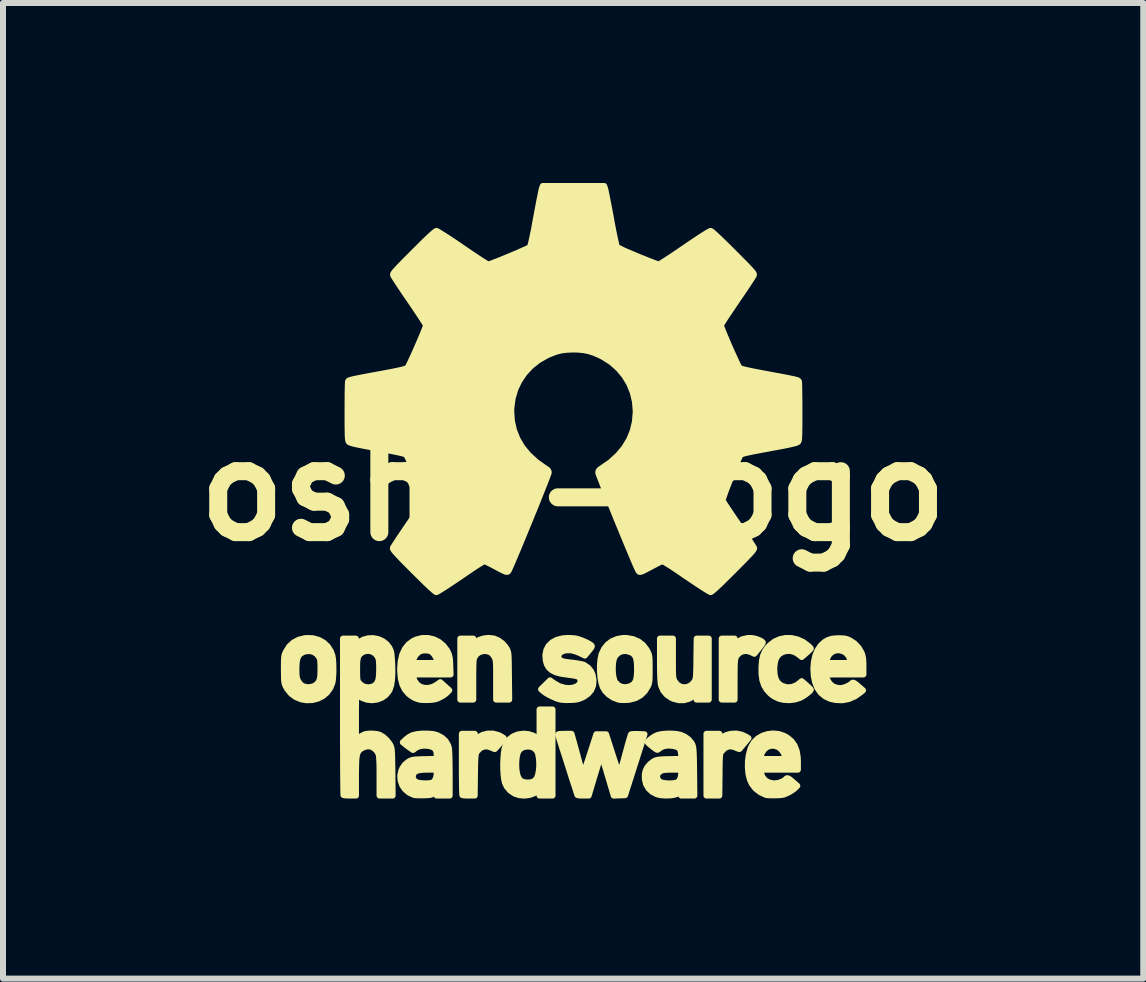
<source format=kicad_pcb>
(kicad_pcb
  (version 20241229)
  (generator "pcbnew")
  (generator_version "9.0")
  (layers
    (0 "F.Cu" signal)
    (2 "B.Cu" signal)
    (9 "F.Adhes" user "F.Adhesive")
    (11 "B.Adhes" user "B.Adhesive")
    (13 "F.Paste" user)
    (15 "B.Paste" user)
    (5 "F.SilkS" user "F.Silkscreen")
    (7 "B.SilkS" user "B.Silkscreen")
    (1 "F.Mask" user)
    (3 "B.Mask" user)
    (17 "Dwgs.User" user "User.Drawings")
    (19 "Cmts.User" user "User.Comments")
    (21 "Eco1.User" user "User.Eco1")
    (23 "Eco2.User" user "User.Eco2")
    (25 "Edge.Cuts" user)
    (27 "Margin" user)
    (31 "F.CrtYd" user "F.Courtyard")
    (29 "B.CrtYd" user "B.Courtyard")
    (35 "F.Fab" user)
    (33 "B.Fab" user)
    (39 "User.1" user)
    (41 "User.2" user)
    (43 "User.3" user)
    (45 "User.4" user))
  (footprint "oshw-logo"
    (layer "F.Cu")
    (at 6.502 5.13)
    (property "Reference" "oshw-logo" (at 0 0 0) (layer "F.SilkS") (effects (font (size 1.524 1.524) (thickness 0.3))))
    (attr through_hole)
    (fp_poly (pts (xy 3.162 2.53) (xy 3.155 2.545) (xy 3.134 2.575) (xy 3.105 2.613) (xy 3.091 2.63) (xy 3.02 2.717) (xy 2.968 2.691) (xy 2.903 2.67) (xy 2.839 2.673) (xy 2.781 2.696) (xy 2.733 2.74) (xy 2.715 2.77) (xy 2.708 2.785) (xy 2.703 2.806) (xy 2.699 2.833) (xy 2.696 2.871) (xy 2.694 2.922) (xy 2.693 2.991) (xy 2.692 3.08) (xy 2.692 3.146) (xy 2.692 3.48) (xy 2.584 3.48) (xy 2.477 3.48) (xy 2.477 2.972) (xy 2.477 2.464) (xy 2.584 2.464) (xy 2.692 2.464) (xy 2.692 2.508) (xy 2.692 2.553) (xy 2.743 2.517) (xy 2.822 2.474) (xy 2.911 2.454) (xy 2.975 2.454) (xy 3.019 2.461) (xy 3.066 2.474) (xy 3.11 2.492) (xy 3.144 2.51) (xy 3.161 2.526) (xy 3.162 2.53)) (stroke (width 0.1) (type solid)) (fill yes) (layer "F.SilkS"))
    (fp_poly (pts (xy 2.923 4.123) (xy 2.85 4.211) (xy 2.817 4.251) (xy 2.791 4.282) (xy 2.775 4.301) (xy 2.772 4.304) (xy 2.76 4.302) (xy 2.732 4.291) (xy 2.71 4.281) (xy 2.645 4.26) (xy 2.583 4.263) (xy 2.525 4.292) (xy 2.473 4.346) (xy 2.471 4.348) (xy 2.463 4.36) (xy 2.457 4.374) (xy 2.452 4.393) (xy 2.449 4.42) (xy 2.446 4.459) (xy 2.444 4.512) (xy 2.443 4.583) (xy 2.441 4.675) (xy 2.441 4.732) (xy 2.437 5.08) (xy 2.33 5.08) (xy 2.223 5.08) (xy 2.223 4.566) (xy 2.223 4.051) (xy 2.33 4.051) (xy 2.438 4.051) (xy 2.438 4.104) (xy 2.438 4.158) (xy 2.473 4.125) (xy 2.514 4.092) (xy 2.556 4.07) (xy 2.611 4.055) (xy 2.632 4.051) (xy 2.72 4.046) (xy 2.808 4.064) (xy 2.875 4.094) (xy 2.923 4.123)) (stroke (width 0.1) (type solid)) (fill yes) (layer "F.SilkS"))
    (fp_poly (pts (xy -1.156 4.122) (xy -1.163 4.135) (xy -1.183 4.161) (xy -1.21 4.195) (xy -1.24 4.232) (xy -1.269 4.266) (xy -1.293 4.292) (xy -1.306 4.305) (xy -1.307 4.305) (xy -1.321 4.3) (xy -1.35 4.287) (xy -1.368 4.279) (xy -1.433 4.26) (xy -1.495 4.265) (xy -1.552 4.293) (xy -1.599 4.342) (xy -1.61 4.36) (xy -1.617 4.376) (xy -1.622 4.396) (xy -1.626 4.424) (xy -1.629 4.464) (xy -1.632 4.518) (xy -1.634 4.589) (xy -1.635 4.681) (xy -1.636 4.74) (xy -1.64 5.08) (xy -1.739 5.08) (xy -1.787 5.079) (xy -1.824 5.076) (xy -1.844 5.072) (xy -1.846 5.072) (xy -1.848 5.057) (xy -1.849 5.021) (xy -1.851 4.964) (xy -1.852 4.89) (xy -1.853 4.802) (xy -1.854 4.702) (xy -1.854 4.593) (xy -1.854 4.557) (xy -1.854 4.051) (xy -1.746 4.051) (xy -1.638 4.051) (xy -1.638 4.102) (xy -1.638 4.153) (xy -1.581 4.109) (xy -1.507 4.068) (xy -1.423 4.047) (xy -1.335 4.047) (xy -1.25 4.069) (xy -1.222 4.081) (xy -1.187 4.101) (xy -1.163 4.116) (xy -1.156 4.122)) (stroke (width 0.1) (type solid)) (fill yes) (layer "F.SilkS"))
    (fp_poly (pts (xy 2.261 3.48) (xy 2.159 3.48) (xy 2.057 3.48) (xy 2.057 3.428) (xy 2.057 3.376) (xy 2.007 3.42) (xy 1.934 3.466) (xy 1.852 3.49) (xy 1.765 3.491) (xy 1.677 3.469) (xy 1.636 3.451) (xy 1.559 3.398) (xy 1.503 3.331) (xy 1.467 3.249) (xy 1.462 3.225) (xy 1.458 3.193) (xy 1.454 3.139) (xy 1.451 3.067) (xy 1.449 2.98) (xy 1.448 2.881) (xy 1.448 2.812) (xy 1.448 2.464) (xy 1.556 2.464) (xy 1.664 2.464) (xy 1.664 2.792) (xy 1.664 2.892) (xy 1.664 2.97) (xy 1.665 3.03) (xy 1.667 3.074) (xy 1.67 3.106) (xy 1.674 3.13) (xy 1.68 3.149) (xy 1.688 3.166) (xy 1.693 3.175) (xy 1.733 3.228) (xy 1.785 3.262) (xy 1.843 3.276) (xy 1.903 3.27) (xy 1.96 3.245) (xy 2.008 3.199) (xy 2.025 3.175) (xy 2.033 3.16) (xy 2.039 3.143) (xy 2.044 3.12) (xy 2.048 3.089) (xy 2.05 3.046) (xy 2.052 2.988) (xy 2.054 2.912) (xy 2.055 2.814) (xy 2.055 2.797) (xy 2.06 2.464) (xy 2.16 2.464) (xy 2.261 2.464) (xy 2.261 2.972) (xy 2.261 3.48)) (stroke (width 0.1) (type solid)) (fill yes) (layer "F.SilkS"))
    (fp_poly (pts (xy -1.065 3.48) (xy -1.174 3.48) (xy -1.283 3.48) (xy -1.283 3.152) (xy -1.283 3.052) (xy -1.283 2.974) (xy -1.284 2.915) (xy -1.286 2.87) (xy -1.289 2.837) (xy -1.294 2.813) (xy -1.3 2.794) (xy -1.307 2.776) (xy -1.311 2.768) (xy -1.35 2.713) (xy -1.401 2.681) (xy -1.466 2.67) (xy -1.49 2.671) (xy -1.557 2.687) (xy -1.609 2.723) (xy -1.641 2.77) (xy -1.648 2.785) (xy -1.654 2.806) (xy -1.658 2.833) (xy -1.66 2.871) (xy -1.662 2.922) (xy -1.663 2.991) (xy -1.664 3.08) (xy -1.664 3.146) (xy -1.664 3.48) (xy -1.772 3.48) (xy -1.88 3.48) (xy -1.88 2.972) (xy -1.88 2.464) (xy -1.772 2.464) (xy -1.664 2.464) (xy -1.664 2.51) (xy -1.664 2.557) (xy -1.635 2.531) (xy -1.572 2.489) (xy -1.494 2.462) (xy -1.41 2.452) (xy -1.328 2.461) (xy -1.313 2.464) (xy -1.244 2.495) (xy -1.178 2.543) (xy -1.125 2.603) (xy -1.105 2.636) (xy -1.096 2.654) (xy -1.089 2.672) (xy -1.083 2.691) (xy -1.079 2.716) (xy -1.076 2.749) (xy -1.074 2.794) (xy -1.072 2.853) (xy -1.071 2.93) (xy -1.07 3.028) (xy -1.069 3.089) (xy -1.065 3.48)) (stroke (width 0.1) (type solid)) (fill yes) (layer "F.SilkS"))
    (fp_poly (pts (xy 3.962 3.316) (xy 3.952 3.332) (xy 3.926 3.357) (xy 3.888 3.386) (xy 3.846 3.416) (xy 3.803 3.442) (xy 3.785 3.451) (xy 3.702 3.478) (xy 3.607 3.49) (xy 3.51 3.485) (xy 3.433 3.467) (xy 3.347 3.426) (xy 3.29 3.383) (xy 3.228 3.316) (xy 3.183 3.241) (xy 3.154 3.154) (xy 3.14 3.051) (xy 3.14 2.933) (xy 3.148 2.833) (xy 3.165 2.752) (xy 3.193 2.685) (xy 3.233 2.624) (xy 3.275 2.578) (xy 3.356 2.514) (xy 3.446 2.473) (xy 3.543 2.453) (xy 3.643 2.455) (xy 3.742 2.478) (xy 3.838 2.522) (xy 3.926 2.588) (xy 3.927 2.589) (xy 3.95 2.612) (xy 3.962 2.628) (xy 3.962 2.63) (xy 3.953 2.642) (xy 3.93 2.666) (xy 3.896 2.697) (xy 3.886 2.705) (xy 3.81 2.771) (xy 3.769 2.736) (xy 3.697 2.69) (xy 3.622 2.669) (xy 3.544 2.672) (xy 3.485 2.691) (xy 3.429 2.727) (xy 3.39 2.779) (xy 3.365 2.848) (xy 3.354 2.937) (xy 3.353 2.972) (xy 3.359 3.067) (xy 3.379 3.143) (xy 3.414 3.2) (xy 3.464 3.242) (xy 3.485 3.252) (xy 3.562 3.275) (xy 3.64 3.272) (xy 3.715 3.245) (xy 3.769 3.208) (xy 3.81 3.173) (xy 3.886 3.239) (xy 3.922 3.272) (xy 3.949 3.298) (xy 3.962 3.314) (xy 3.962 3.316)) (stroke (width 0.1) (type solid)) (fill yes) (layer "F.SilkS"))
    (fp_poly (pts (xy -0.343 5.08) (xy -0.451 5.08) (xy -0.559 5.08) (xy -0.559 5.027) (xy -0.559 4.974) (xy -0.564 4.979) (xy -0.564 4.588) (xy -0.565 4.513) (xy -0.572 4.442) (xy -0.584 4.381) (xy -0.601 4.339) (xy -0.602 4.337) (xy -0.644 4.292) (xy -0.699 4.268) (xy -0.756 4.262) (xy -0.823 4.271) (xy -0.876 4.299) (xy -0.909 4.337) (xy -0.927 4.379) (xy -0.94 4.439) (xy -0.947 4.511) (xy -0.948 4.588) (xy -0.943 4.662) (xy -0.928 4.741) (xy -0.904 4.798) (xy -0.87 4.836) (xy -0.822 4.857) (xy -0.759 4.864) (xy -0.758 4.864) (xy -0.713 4.86) (xy -0.673 4.85) (xy -0.662 4.846) (xy -0.626 4.82) (xy -0.601 4.784) (xy -0.583 4.731) (xy -0.57 4.661) (xy -0.564 4.588) (xy -0.564 4.979) (xy -0.587 5.001) (xy -0.65 5.043) (xy -0.726 5.07) (xy -0.809 5.081) (xy -0.893 5.074) (xy -0.97 5.05) (xy -0.975 5.047) (xy -1.049 4.997) (xy -1.105 4.931) (xy -1.136 4.865) (xy -1.15 4.804) (xy -1.159 4.728) (xy -1.164 4.64) (xy -1.165 4.548) (xy -1.161 4.456) (xy -1.154 4.37) (xy -1.142 4.296) (xy -1.127 4.238) (xy -1.119 4.22) (xy -1.069 4.148) (xy -1.003 4.095) (xy -0.922 4.061) (xy -0.829 4.048) (xy -0.826 4.048) (xy -0.743 4.056) (xy -0.665 4.081) (xy -0.6 4.119) (xy -0.588 4.13) (xy -0.559 4.157) (xy -0.559 3.901) (xy -0.559 3.645) (xy -0.451 3.645) (xy -0.343 3.645) (xy -0.343 4.362) (xy -0.343 5.08)) (stroke (width 0.1) (type solid)) (fill yes) (layer "F.SilkS"))
    (fp_poly (pts (xy 3.747 4.648) (xy 3.531 4.648) (xy 3.531 4.47) (xy 3.531 4.441) (xy 3.52 4.39) (xy 3.491 4.338) (xy 3.45 4.293) (xy 3.416 4.27) (xy 3.351 4.249) (xy 3.287 4.251) (xy 3.228 4.274) (xy 3.18 4.316) (xy 3.144 4.374) (xy 3.13 4.423) (xy 3.121 4.47) (xy 3.326 4.47) (xy 3.531 4.47) (xy 3.531 4.648) (xy 3.434 4.648) (xy 3.121 4.648) (xy 3.13 4.696) (xy 3.155 4.768) (xy 3.198 4.823) (xy 3.257 4.859) (xy 3.331 4.876) (xy 3.355 4.877) (xy 3.415 4.87) (xy 3.473 4.852) (xy 3.521 4.828) (xy 3.542 4.809) (xy 3.556 4.795) (xy 3.57 4.79) (xy 3.589 4.795) (xy 3.616 4.813) (xy 3.656 4.846) (xy 3.69 4.876) (xy 3.737 4.917) (xy 3.7 4.955) (xy 3.67 4.98) (xy 3.626 5.009) (xy 3.582 5.033) (xy 3.54 5.052) (xy 3.505 5.065) (xy 3.467 5.071) (xy 3.418 5.075) (xy 3.372 5.076) (xy 3.314 5.076) (xy 3.263 5.075) (xy 3.226 5.071) (xy 3.213 5.069) (xy 3.12 5.025) (xy 3.039 4.962) (xy 2.98 4.885) (xy 2.946 4.811) (xy 2.923 4.72) (xy 2.913 4.619) (xy 2.914 4.513) (xy 2.927 4.408) (xy 2.953 4.31) (xy 2.969 4.267) (xy 3.016 4.19) (xy 3.079 4.128) (xy 3.156 4.083) (xy 3.242 4.055) (xy 3.334 4.045) (xy 3.426 4.054) (xy 3.516 4.084) (xy 3.571 4.115) (xy 3.64 4.173) (xy 3.692 4.246) (xy 3.726 4.334) (xy 3.744 4.44) (xy 3.747 4.515) (xy 3.747 4.648)) (stroke (width 0.1) (type solid)) (fill yes) (layer "F.SilkS"))
    (fp_poly (pts (xy 1.276 2.972) (xy 1.276 3.054) (xy 1.275 3.115) (xy 1.273 3.16) (xy 1.268 3.194) (xy 1.262 3.22) (xy 1.253 3.243) (xy 1.249 3.253) (xy 1.196 3.34) (xy 1.127 3.408) (xy 1.066 3.442) (xy 1.066 2.972) (xy 1.064 2.884) (xy 1.056 2.817) (xy 1.042 2.768) (xy 1.019 2.732) (xy 0.986 2.705) (xy 0.957 2.69) (xy 0.886 2.67) (xy 0.818 2.674) (xy 0.757 2.699) (xy 0.708 2.746) (xy 0.694 2.767) (xy 0.676 2.815) (xy 0.665 2.879) (xy 0.661 2.953) (xy 0.663 3.029) (xy 0.672 3.1) (xy 0.688 3.159) (xy 0.703 3.19) (xy 0.749 3.238) (xy 0.808 3.267) (xy 0.874 3.275) (xy 0.942 3.261) (xy 0.967 3.25) (xy 1.005 3.226) (xy 1.032 3.193) (xy 1.051 3.149) (xy 1.061 3.09) (xy 1.066 3.011) (xy 1.066 2.972) (xy 1.066 3.442) (xy 1.043 3.455) (xy 0.945 3.482) (xy 0.893 3.487) (xy 0.84 3.488) (xy 0.791 3.486) (xy 0.758 3.482) (xy 0.756 3.481) (xy 0.671 3.448) (xy 0.595 3.398) (xy 0.533 3.336) (xy 0.495 3.272) (xy 0.472 3.201) (xy 0.456 3.112) (xy 0.448 3.014) (xy 0.447 2.914) (xy 0.455 2.819) (xy 0.471 2.737) (xy 0.474 2.726) (xy 0.515 2.637) (xy 0.573 2.563) (xy 0.648 2.507) (xy 0.736 2.47) (xy 0.836 2.453) (xy 0.894 2.454) (xy 0.998 2.472) (xy 1.089 2.511) (xy 1.165 2.57) (xy 1.225 2.648) (xy 1.241 2.678) (xy 1.254 2.704) (xy 1.263 2.728) (xy 1.269 2.754) (xy 1.273 2.786) (xy 1.275 2.829) (xy 1.276 2.887) (xy 1.276 2.967) (xy 1.276 2.972)) (stroke (width 0.1) (type solid)) (fill yes) (layer "F.SilkS"))
    (fp_poly (pts (xy -2.042 3.061) (xy -2.261 3.061) (xy -2.261 2.847) (xy -2.269 2.814) (xy -2.289 2.771) (xy -2.316 2.728) (xy -2.345 2.694) (xy -2.354 2.687) (xy -2.398 2.667) (xy -2.454 2.66) (xy -2.511 2.663) (xy -2.56 2.679) (xy -2.573 2.687) (xy -2.627 2.739) (xy -2.657 2.8) (xy -2.663 2.823) (xy -2.67 2.87) (xy -2.465 2.87) (xy -2.389 2.87) (xy -2.334 2.869) (xy -2.297 2.867) (xy -2.275 2.864) (xy -2.264 2.858) (xy -2.261 2.851) (xy -2.261 2.847) (xy -2.261 3.061) (xy -2.354 3.061) (xy -2.667 3.061) (xy -2.667 3.09) (xy -2.661 3.118) (xy -2.647 3.157) (xy -2.638 3.175) (xy -2.597 3.231) (xy -2.542 3.268) (xy -2.476 3.286) (xy -2.405 3.285) (xy -2.331 3.265) (xy -2.259 3.224) (xy -2.254 3.22) (xy -2.214 3.19) (xy -2.139 3.257) (xy -2.064 3.325) (xy -2.102 3.365) (xy -2.134 3.392) (xy -2.178 3.422) (xy -2.219 3.444) (xy -2.265 3.465) (xy -2.307 3.477) (xy -2.356 3.484) (xy -2.409 3.487) (xy -2.467 3.488) (xy -2.521 3.486) (xy -2.561 3.481) (xy -2.569 3.479) (xy -2.641 3.454) (xy -2.707 3.413) (xy -2.745 3.382) (xy -2.803 3.313) (xy -2.846 3.228) (xy -2.872 3.126) (xy -2.882 3.004) (xy -2.883 2.976) (xy -2.874 2.844) (xy -2.848 2.731) (xy -2.804 2.637) (xy -2.744 2.561) (xy -2.666 2.503) (xy -2.609 2.477) (xy -2.513 2.454) (xy -2.416 2.454) (xy -2.323 2.476) (xy -2.237 2.518) (xy -2.163 2.579) (xy -2.103 2.657) (xy -2.085 2.692) (xy -2.07 2.728) (xy -2.06 2.764) (xy -2.053 2.806) (xy -2.049 2.862) (xy -2.047 2.911) (xy -2.042 3.061)) (stroke (width 0.1) (type solid)) (fill yes) (layer "F.SilkS"))
    (fp_poly (pts (xy -3.995 2.942) (xy -3.995 3.023) (xy -3.999 3.099) (xy -4.005 3.162) (xy -4.011 3.197) (xy -4.046 3.286) (xy -4.101 3.362) (xy -4.171 3.422) (xy -4.21 3.442) (xy -4.21 2.972) (xy -4.211 2.9) (xy -4.213 2.848) (xy -4.218 2.811) (xy -4.226 2.784) (xy -4.232 2.773) (xy -4.275 2.719) (xy -4.331 2.684) (xy -4.397 2.67) (xy -4.466 2.678) (xy -4.501 2.69) (xy -4.542 2.714) (xy -4.573 2.746) (xy -4.593 2.79) (xy -4.606 2.849) (xy -4.611 2.928) (xy -4.612 2.973) (xy -4.611 3.039) (xy -4.608 3.086) (xy -4.602 3.121) (xy -4.593 3.15) (xy -4.582 3.172) (xy -4.544 3.228) (xy -4.494 3.261) (xy -4.431 3.274) (xy -4.397 3.273) (xy -4.341 3.263) (xy -4.299 3.245) (xy -4.295 3.242) (xy -4.262 3.214) (xy -4.239 3.182) (xy -4.223 3.143) (xy -4.214 3.091) (xy -4.211 3.021) (xy -4.21 2.972) (xy -4.21 3.442) (xy -4.254 3.464) (xy -4.347 3.488) (xy -4.446 3.491) (xy -4.535 3.475) (xy -4.624 3.438) (xy -4.702 3.38) (xy -4.765 3.303) (xy -4.793 3.252) (xy -4.803 3.228) (xy -4.81 3.204) (xy -4.815 3.173) (xy -4.818 3.133) (xy -4.819 3.077) (xy -4.82 3.002) (xy -4.82 2.972) (xy -4.82 2.891) (xy -4.819 2.832) (xy -4.817 2.788) (xy -4.813 2.755) (xy -4.807 2.73) (xy -4.798 2.706) (xy -4.785 2.679) (xy -4.784 2.678) (xy -4.73 2.593) (xy -4.659 2.528) (xy -4.572 2.482) (xy -4.472 2.457) (xy -4.437 2.454) (xy -4.334 2.458) (xy -4.24 2.485) (xy -4.157 2.53) (xy -4.089 2.594) (xy -4.038 2.674) (xy -4.011 2.747) (xy -4.003 2.797) (xy -3.997 2.864) (xy -3.995 2.942)) (stroke (width 0.1) (type solid)) (fill yes) (layer "F.SilkS"))
    (fp_poly (pts (xy 4.839 3.061) (xy 4.626 3.061) (xy 4.626 2.87) (xy 4.618 2.823) (xy 4.597 2.76) (xy 4.559 2.712) (xy 4.51 2.678) (xy 4.452 2.66) (xy 4.393 2.658) (xy 4.336 2.675) (xy 4.285 2.711) (xy 4.261 2.742) (xy 4.24 2.782) (xy 4.225 2.822) (xy 4.223 2.829) (xy 4.214 2.87) (xy 4.42 2.87) (xy 4.626 2.87) (xy 4.626 3.061) (xy 4.528 3.061) (xy 4.428 3.061) (xy 4.351 3.061) (xy 4.294 3.063) (xy 4.255 3.066) (xy 4.23 3.072) (xy 4.219 3.082) (xy 4.217 3.096) (xy 4.223 3.115) (xy 4.233 3.14) (xy 4.236 3.147) (xy 4.276 3.213) (xy 4.33 3.259) (xy 4.399 3.284) (xy 4.458 3.289) (xy 4.498 3.283) (xy 4.547 3.267) (xy 4.596 3.245) (xy 4.634 3.221) (xy 4.646 3.209) (xy 4.657 3.199) (xy 4.671 3.198) (xy 4.69 3.207) (xy 4.72 3.229) (xy 4.763 3.266) (xy 4.782 3.282) (xy 4.832 3.326) (xy 4.794 3.359) (xy 4.697 3.427) (xy 4.593 3.472) (xy 4.485 3.492) (xy 4.373 3.487) (xy 4.289 3.468) (xy 4.201 3.427) (xy 4.128 3.367) (xy 4.072 3.287) (xy 4.033 3.189) (xy 4.012 3.088) (xy 4.004 2.969) (xy 4.013 2.855) (xy 4.036 2.749) (xy 4.074 2.657) (xy 4.125 2.582) (xy 4.135 2.571) (xy 4.193 2.519) (xy 4.253 2.485) (xy 4.321 2.465) (xy 4.404 2.458) (xy 4.426 2.458) (xy 4.485 2.459) (xy 4.529 2.463) (xy 4.565 2.472) (xy 4.603 2.488) (xy 4.613 2.493) (xy 4.692 2.545) (xy 4.759 2.616) (xy 4.807 2.698) (xy 4.813 2.713) (xy 4.826 2.754) (xy 4.834 2.8) (xy 4.838 2.856) (xy 4.839 2.921) (xy 4.839 3.061)) (stroke (width 0.1) (type solid)) (fill yes) (layer "F.SilkS"))
    (fp_poly (pts (xy 0.341 3.158) (xy 0.334 3.243) (xy 0.304 3.319) (xy 0.251 3.383) (xy 0.177 3.435) (xy 0.151 3.448) (xy 0.102 3.467) (xy 0.056 3.479) (xy 0.001 3.485) (xy -0.044 3.487) (xy -0.104 3.488) (xy -0.161 3.486) (xy -0.206 3.481) (xy -0.215 3.479) (xy -0.268 3.464) (xy -0.331 3.437) (xy -0.397 3.405) (xy -0.455 3.372) (xy -0.493 3.344) (xy -0.534 3.308) (xy -0.459 3.234) (xy -0.384 3.16) (xy -0.319 3.207) (xy -0.23 3.257) (xy -0.136 3.284) (xy -0.065 3.289) (xy 0.004 3.281) (xy 0.06 3.26) (xy 0.101 3.229) (xy 0.123 3.189) (xy 0.122 3.146) (xy 0.113 3.123) (xy 0.096 3.106) (xy 0.067 3.092) (xy 0.022 3.081) (xy -0.041 3.072) (xy -0.094 3.065) (xy -0.202 3.049) (xy -0.288 3.026) (xy -0.354 2.993) (xy -0.403 2.95) (xy -0.436 2.895) (xy -0.456 2.827) (xy -0.456 2.825) (xy -0.462 2.735) (xy -0.446 2.654) (xy -0.408 2.584) (xy -0.351 2.528) (xy -0.275 2.486) (xy -0.182 2.461) (xy -0.127 2.455) (xy -0.066 2.453) (xy -0.003 2.457) (xy 0.044 2.462) (xy 0.1 2.477) (xy 0.164 2.501) (xy 0.227 2.529) (xy 0.278 2.557) (xy 0.297 2.571) (xy 0.308 2.58) (xy 0.312 2.589) (xy 0.309 2.603) (xy 0.295 2.624) (xy 0.269 2.657) (xy 0.23 2.705) (xy 0.225 2.71) (xy 0.195 2.747) (xy 0.112 2.706) (xy 0.048 2.68) (xy -0.016 2.662) (xy -0.042 2.658) (xy -0.111 2.658) (xy -0.169 2.671) (xy -0.213 2.695) (xy -0.239 2.729) (xy -0.245 2.769) (xy -0.24 2.79) (xy -0.228 2.812) (xy -0.207 2.828) (xy -0.173 2.841) (xy -0.122 2.852) (xy -0.052 2.861) (xy -0.016 2.865) (xy 0.048 2.873) (xy 0.108 2.883) (xy 0.155 2.893) (xy 0.182 2.902) (xy 0.249 2.947) (xy 0.299 3.008) (xy 0.324 3.064) (xy 0.341 3.158)) (stroke (width 0.1) (type solid)) (fill yes) (layer "F.SilkS"))
    (fp_poly (pts (xy -2.057 5.08) (xy -2.165 5.08) (xy -2.273 5.08) (xy -2.273 5.041) (xy -2.273 5.003) (xy -2.273 4.706) (xy -2.273 4.648) (xy -2.415 4.648) (xy -2.498 4.65) (xy -2.56 4.656) (xy -2.605 4.668) (xy -2.636 4.685) (xy -2.658 4.711) (xy -2.66 4.714) (xy -2.673 4.759) (xy -2.665 4.804) (xy -2.636 4.841) (xy -2.612 4.856) (xy -2.576 4.867) (xy -2.523 4.874) (xy -2.463 4.877) (xy -2.405 4.875) (xy -2.358 4.868) (xy -2.343 4.864) (xy -2.311 4.839) (xy -2.288 4.795) (xy -2.275 4.737) (xy -2.273 4.706) (xy -2.273 5.003) (xy -2.32 5.038) (xy -2.343 5.054) (xy -2.366 5.065) (xy -2.394 5.071) (xy -2.436 5.074) (xy -2.494 5.076) (xy -2.552 5.076) (xy -2.604 5.075) (xy -2.642 5.071) (xy -2.654 5.069) (xy -2.735 5.031) (xy -2.8 4.976) (xy -2.847 4.909) (xy -2.874 4.833) (xy -2.881 4.752) (xy -2.865 4.67) (xy -2.846 4.626) (xy -2.805 4.565) (xy -2.748 4.518) (xy -2.718 4.501) (xy -2.696 4.491) (xy -2.668 4.484) (xy -2.63 4.479) (xy -2.577 4.476) (xy -2.504 4.473) (xy -2.473 4.473) (xy -2.273 4.468) (xy -2.273 4.4) (xy -2.28 4.34) (xy -2.302 4.298) (xy -2.342 4.271) (xy -2.4 4.254) (xy -2.486 4.247) (xy -2.561 4.258) (xy -2.622 4.286) (xy -2.626 4.289) (xy -2.668 4.32) (xy -2.715 4.288) (xy -2.755 4.259) (xy -2.794 4.229) (xy -2.8 4.224) (xy -2.838 4.193) (xy -2.785 4.143) (xy -2.733 4.102) (xy -2.675 4.073) (xy -2.605 4.056) (xy -2.519 4.048) (xy -2.464 4.047) (xy -2.393 4.049) (xy -2.339 4.054) (xy -2.294 4.064) (xy -2.258 4.076) (xy -2.184 4.116) (xy -2.125 4.171) (xy -2.085 4.238) (xy -2.071 4.281) (xy -2.067 4.312) (xy -2.064 4.365) (xy -2.061 4.437) (xy -2.059 4.524) (xy -2.058 4.623) (xy -2.057 4.712) (xy -2.057 5.08)) (stroke (width 0.1) (type solid)) (fill yes) (layer "F.SilkS"))
    (fp_poly (pts (xy 1.19 4.058) (xy 1.028 4.566) (xy 0.866 5.074) (xy 0.771 5.077) (xy 0.677 5.081) (xy 0.578 4.747) (xy 0.552 4.659) (xy 0.528 4.579) (xy 0.507 4.511) (xy 0.49 4.457) (xy 0.478 4.42) (xy 0.472 4.405) (xy 0.471 4.404) (xy 0.466 4.414) (xy 0.454 4.445) (xy 0.438 4.494) (xy 0.417 4.558) (xy 0.393 4.636) (xy 0.367 4.722) (xy 0.362 4.738) (xy 0.26 5.08) (xy 0.169 5.08) (xy 0.124 5.079) (xy 0.089 5.076) (xy 0.072 5.071) (xy 0.072 5.07) (xy 0.067 5.057) (xy 0.055 5.021) (xy 0.038 4.967) (xy 0.015 4.896) (xy -0.013 4.812) (xy -0.043 4.716) (xy -0.076 4.612) (xy -0.089 4.572) (xy -0.123 4.465) (xy -0.155 4.366) (xy -0.184 4.276) (xy -0.208 4.199) (xy -0.228 4.137) (xy -0.242 4.093) (xy -0.25 4.07) (xy -0.251 4.067) (xy -0.247 4.059) (xy -0.227 4.054) (xy -0.187 4.052) (xy -0.142 4.051) (xy -0.027 4.051) (xy -0.008 4.115) (xy 0.000434 4.147) (xy 0.015 4.198) (xy 0.033 4.264) (xy 0.054 4.341) (xy 0.077 4.424) (xy 0.084 4.452) (xy 0.106 4.531) (xy 0.126 4.601) (xy 0.143 4.658) (xy 0.156 4.7) (xy 0.164 4.722) (xy 0.165 4.724) (xy 0.171 4.713) (xy 0.183 4.68) (xy 0.201 4.629) (xy 0.223 4.564) (xy 0.249 4.486) (xy 0.277 4.4) (xy 0.28 4.391) (xy 0.388 4.058) (xy 0.469 4.058) (xy 0.55 4.058) (xy 0.659 4.397) (xy 0.687 4.484) (xy 0.713 4.562) (xy 0.736 4.627) (xy 0.755 4.678) (xy 0.768 4.71) (xy 0.776 4.721) (xy 0.776 4.721) (xy 0.782 4.705) (xy 0.793 4.668) (xy 0.808 4.613) (xy 0.828 4.544) (xy 0.85 4.464) (xy 0.87 4.388) (xy 0.894 4.302) (xy 0.915 4.224) (xy 0.934 4.157) (xy 0.95 4.106) (xy 0.96 4.072) (xy 0.965 4.06) (xy 0.981 4.056) (xy 1.016 4.054) (xy 1.063 4.053) (xy 1.082 4.054) (xy 1.19 4.058)) (stroke (width 0.1) (type solid)) (fill yes) (layer "F.SilkS"))
    (fp_poly (pts (xy 2.021 5.08) (xy 1.912 5.08) (xy 1.803 5.08) (xy 1.803 4.648) (xy 1.654 4.648) (xy 1.583 4.649) (xy 1.531 4.652) (xy 1.494 4.658) (xy 1.466 4.668) (xy 1.461 4.67) (xy 1.42 4.702) (xy 1.4 4.743) (xy 1.401 4.787) (xy 1.423 4.828) (xy 1.451 4.852) (xy 1.491 4.866) (xy 1.546 4.875) (xy 1.608 4.878) (xy 1.669 4.875) (xy 1.72 4.865) (xy 1.74 4.858) (xy 1.773 4.827) (xy 1.795 4.775) (xy 1.803 4.706) (xy 1.803 4.696) (xy 1.803 4.648) (xy 1.803 5.08) (xy 1.803 5.032) (xy 1.802 5.003) (xy 1.797 4.997) (xy 1.789 5.008) (xy 1.769 5.028) (xy 1.736 5.049) (xy 1.723 5.056) (xy 1.673 5.07) (xy 1.607 5.078) (xy 1.535 5.079) (xy 1.464 5.074) (xy 1.405 5.061) (xy 1.398 5.059) (xy 1.319 5.019) (xy 1.259 4.963) (xy 1.217 4.893) (xy 1.196 4.812) (xy 1.196 4.724) (xy 1.207 4.67) (xy 1.234 4.613) (xy 1.28 4.558) (xy 1.337 4.513) (xy 1.351 4.505) (xy 1.374 4.494) (xy 1.399 4.486) (xy 1.431 4.481) (xy 1.474 4.477) (xy 1.534 4.474) (xy 1.605 4.473) (xy 1.806 4.468) (xy 1.801 4.393) (xy 1.792 4.335) (xy 1.773 4.296) (xy 1.738 4.272) (xy 1.683 4.256) (xy 1.676 4.254) (xy 1.598 4.246) (xy 1.527 4.253) (xy 1.469 4.274) (xy 1.449 4.288) (xy 1.423 4.307) (xy 1.405 4.318) (xy 1.404 4.318) (xy 1.389 4.311) (xy 1.361 4.292) (xy 1.327 4.266) (xy 1.293 4.238) (xy 1.264 4.213) (xy 1.247 4.196) (xy 1.245 4.192) (xy 1.255 4.173) (xy 1.282 4.147) (xy 1.32 4.118) (xy 1.362 4.092) (xy 1.403 4.073) (xy 1.411 4.07) (xy 1.476 4.055) (xy 1.555 4.048) (xy 1.64 4.047) (xy 1.722 4.053) (xy 1.79 4.067) (xy 1.791 4.067) (xy 1.864 4.1) (xy 1.928 4.147) (xy 1.975 4.205) (xy 1.989 4.232) (xy 1.995 4.25) (xy 2.001 4.271) (xy 2.005 4.299) (xy 2.008 4.337) (xy 2.011 4.386) (xy 2.013 4.452) (xy 2.015 4.535) (xy 2.016 4.64) (xy 2.017 4.683) (xy 2.021 5.08)) (stroke (width 0.1) (type solid)) (fill yes) (layer "F.SilkS"))
    (fp_poly (pts (xy -3.008 5.08) (xy -3.117 5.08) (xy -3.226 5.08) (xy -3.226 4.761) (xy -3.226 4.641) (xy -3.228 4.543) (xy -3.232 4.468) (xy -3.236 4.416) (xy -3.241 4.392) (xy -3.268 4.339) (xy -3.313 4.294) (xy -3.366 4.265) (xy -3.386 4.26) (xy -3.439 4.26) (xy -3.496 4.278) (xy -3.546 4.307) (xy -3.572 4.333) (xy -3.586 4.354) (xy -3.596 4.381) (xy -3.605 4.415) (xy -3.611 4.46) (xy -3.615 4.519) (xy -3.617 4.595) (xy -3.619 4.691) (xy -3.619 4.778) (xy -3.619 5.08) (xy -3.719 5.08) (xy -3.767 5.079) (xy -3.805 5.076) (xy -3.825 5.072) (xy -3.827 5.072) (xy -3.828 5.058) (xy -3.829 5.021) (xy -3.83 4.961) (xy -3.831 4.882) (xy -3.832 4.783) (xy -3.833 4.668) (xy -3.834 4.538) (xy -3.834 4.394) (xy -3.835 4.238) (xy -3.835 4.072) (xy -3.835 3.898) (xy -3.835 3.763) (xy -3.835 2.464) (xy -3.728 2.464) (xy -3.621 2.464) (xy -3.617 2.509) (xy -3.613 2.554) (xy -3.57 2.522) (xy -3.494 2.48) (xy -3.412 2.458) (xy -3.329 2.456) (xy -3.248 2.472) (xy -3.174 2.505) (xy -3.11 2.554) (xy -3.061 2.617) (xy -3.035 2.678) (xy -3.029 2.708) (xy -3.024 2.756) (xy -3.019 2.818) (xy -3.015 2.887) (xy -3.014 2.908) (xy -3.012 3.041) (xy -3.018 3.151) (xy -3.032 3.239) (xy -3.054 3.308) (xy -3.067 3.335) (xy -3.119 3.4) (xy -3.186 3.449) (xy -3.232 3.467) (xy -3.232 2.972) (xy -3.233 2.902) (xy -3.235 2.852) (xy -3.239 2.816) (xy -3.247 2.788) (xy -3.258 2.762) (xy -3.258 2.762) (xy -3.297 2.713) (xy -3.35 2.681) (xy -3.41 2.667) (xy -3.471 2.674) (xy -3.519 2.696) (xy -3.549 2.719) (xy -3.57 2.744) (xy -3.585 2.775) (xy -3.594 2.818) (xy -3.599 2.875) (xy -3.6 2.953) (xy -3.6 2.979) (xy -3.6 3.053) (xy -3.598 3.106) (xy -3.595 3.143) (xy -3.589 3.169) (xy -3.58 3.188) (xy -3.578 3.192) (xy -3.533 3.238) (xy -3.476 3.267) (xy -3.412 3.277) (xy -3.349 3.266) (xy -3.317 3.251) (xy -3.285 3.226) (xy -3.262 3.195) (xy -3.246 3.153) (xy -3.237 3.096) (xy -3.233 3.02) (xy -3.232 2.972) (xy -3.232 3.467) (xy -3.264 3.479) (xy -3.347 3.491) (xy -3.431 3.483) (xy -3.512 3.455) (xy -3.564 3.422) (xy -3.591 3.403) (xy -3.61 3.392) (xy -3.612 3.391) (xy -3.614 3.403) (xy -3.616 3.438) (xy -3.617 3.491) (xy -3.618 3.561) (xy -3.619 3.644) (xy -3.619 3.736) (xy -3.619 3.772) (xy -3.619 4.153) (xy -3.562 4.109) (xy -3.52 4.082) (xy -3.478 4.061) (xy -3.457 4.055) (xy -3.394 4.047) (xy -3.325 4.048) (xy -3.262 4.056) (xy -3.224 4.067) (xy -3.163 4.103) (xy -3.105 4.156) (xy -3.059 4.216) (xy -3.046 4.239) (xy -3.037 4.257) (xy -3.031 4.275) (xy -3.026 4.296) (xy -3.022 4.323) (xy -3.019 4.359) (xy -3.017 4.407) (xy -3.015 4.471) (xy -3.014 4.554) (xy -3.012 4.658) (xy -3.012 4.689) (xy -3.008 5.08)) (stroke (width 0.1) (type solid)) (fill yes) (layer "F.SilkS"))
    (fp_poly (pts (xy 3.772 -1.321) (xy 3.772 -1.197) (xy 3.772 -1.096) (xy 3.771 -1.016) (xy 3.77 -0.953) (xy 3.768 -0.906) (xy 3.766 -0.871) (xy 3.763 -0.847) (xy 3.759 -0.831) (xy 3.754 -0.821) (xy 3.75 -0.816) (xy 3.74 -0.808) (xy 3.722 -0.8) (xy 3.693 -0.791) (xy 3.651 -0.781) (xy 3.595 -0.768) (xy 3.521 -0.753) (xy 3.427 -0.735) (xy 3.311 -0.714) (xy 3.271 -0.706) (xy 3.141 -0.682) (xy 3.035 -0.662) (xy 2.951 -0.645) (xy 2.887 -0.631) (xy 2.84 -0.619) (xy 2.81 -0.609) (xy 2.794 -0.601) (xy 2.793 -0.6) (xy 2.782 -0.582) (xy 2.764 -0.544) (xy 2.74 -0.49) (xy 2.712 -0.423) (xy 2.681 -0.347) (xy 2.648 -0.266) (xy 2.615 -0.183) (xy 2.584 -0.101) (xy 2.554 -0.024) (xy 2.529 0.044) (xy 2.51 0.1) (xy 2.497 0.14) (xy 2.492 0.161) (xy 2.492 0.162) (xy 2.501 0.177) (xy 2.522 0.211) (xy 2.554 0.261) (xy 2.596 0.323) (xy 2.645 0.397) (xy 2.7 0.478) (xy 2.753 0.555) (xy 2.813 0.643) (xy 2.868 0.724) (xy 2.917 0.797) (xy 2.958 0.859) (xy 2.989 0.908) (xy 3.009 0.94) (xy 3.017 0.954) (xy 3.017 0.963) (xy 3.01 0.976) (xy 2.997 0.996) (xy 2.974 1.024) (xy 2.941 1.06) (xy 2.895 1.108) (xy 2.836 1.169) (xy 2.762 1.244) (xy 2.672 1.335) (xy 2.569 1.437) (xy 2.482 1.523) (xy 2.411 1.591) (xy 2.356 1.641) (xy 2.317 1.674) (xy 2.296 1.688) (xy 2.293 1.689) (xy 2.276 1.682) (xy 2.242 1.662) (xy 2.192 1.631) (xy 2.128 1.59) (xy 2.054 1.541) (xy 1.972 1.486) (xy 1.887 1.429) (xy 1.782 1.357) (xy 1.696 1.299) (xy 1.628 1.254) (xy 1.574 1.22) (xy 1.534 1.196) (xy 1.506 1.182) (xy 1.488 1.176) (xy 1.481 1.176) (xy 1.46 1.185) (xy 1.422 1.203) (xy 1.372 1.229) (xy 1.314 1.259) (xy 1.303 1.265) (xy 1.234 1.302) (xy 1.183 1.328) (xy 1.147 1.344) (xy 1.123 1.352) (xy 1.108 1.352) (xy 1.097 1.345) (xy 1.088 1.332) (xy 1.087 1.331) (xy 1.077 1.311) (xy 1.058 1.27) (xy 1.032 1.211) (xy 1 1.135) (xy 0.963 1.047) (xy 0.921 0.947) (xy 0.876 0.838) (xy 0.828 0.723) (xy 0.779 0.603) (xy 0.729 0.482) (xy 0.68 0.361) (xy 0.633 0.244) (xy 0.587 0.132) (xy 0.545 0.027) (xy 0.508 -0.067) (xy 0.476 -0.149) (xy 0.45 -0.216) (xy 0.431 -0.266) (xy 0.421 -0.296) (xy 0.419 -0.304) (xy 0.425 -0.332) (xy 0.445 -0.355) (xy 0.467 -0.37) (xy 0.617 -0.473) (xy 0.745 -0.589) (xy 0.851 -0.715) (xy 0.934 -0.851) (xy 0.994 -0.997) (xy 1.031 -1.152) (xy 1.044 -1.316) (xy 1.044 -1.327) (xy 1.031 -1.487) (xy 0.994 -1.64) (xy 0.936 -1.784) (xy 0.856 -1.917) (xy 0.756 -2.036) (xy 0.638 -2.141) (xy 0.502 -2.228) (xy 0.452 -2.254) (xy 0.352 -2.298) (xy 0.262 -2.327) (xy 0.171 -2.345) (xy 0.071 -2.354) (xy 0.006 -2.355) (xy -0.104 -2.351) (xy -0.198 -2.339) (xy -0.288 -2.316) (xy -0.381 -2.28) (xy -0.44 -2.254) (xy -0.581 -2.173) (xy -0.705 -2.074) (xy -0.811 -1.959) (xy -0.898 -1.831) (xy -0.964 -1.691) (xy -1.008 -1.541) (xy -1.029 -1.383) (xy -1.031 -1.327) (xy -1.02 -1.163) (xy -0.985 -1.007) (xy -0.926 -0.86) (xy -0.845 -0.723) (xy -0.74 -0.597) (xy -0.613 -0.481) (xy -0.465 -0.376) (xy -0.454 -0.37) (xy -0.422 -0.346) (xy -0.408 -0.322) (xy -0.406 -0.304) (xy -0.411 -0.287) (xy -0.425 -0.249) (xy -0.446 -0.193) (xy -0.474 -0.12) (xy -0.509 -0.033) (xy -0.548 0.065) (xy -0.591 0.173) (xy -0.637 0.288) (xy -0.686 0.406) (xy -0.735 0.528) (xy -0.785 0.648) (xy -0.833 0.766) (xy -0.88 0.88) (xy -0.924 0.985) (xy -0.965 1.081) (xy -1 1.165) (xy -1.03 1.235) (xy -1.053 1.287) (xy -1.069 1.321) (xy -1.074 1.331) (xy -1.084 1.344) (xy -1.094 1.351) (xy -1.109 1.352) (xy -1.132 1.346) (xy -1.166 1.33) (xy -1.216 1.305) (xy -1.283 1.269) (xy -1.291 1.265) (xy -1.349 1.234) (xy -1.401 1.208) (xy -1.441 1.188) (xy -1.466 1.177) (xy -1.468 1.176) (xy -1.48 1.177) (xy -1.5 1.185) (xy -1.532 1.202) (xy -1.575 1.228) (xy -1.633 1.265) (xy -1.706 1.314) (xy -1.797 1.376) (xy -1.874 1.429) (xy -1.962 1.488) (xy -2.044 1.543) (xy -2.118 1.592) (xy -2.181 1.632) (xy -2.231 1.663) (xy -2.265 1.683) (xy -2.28 1.689) (xy -2.297 1.68) (xy -2.33 1.652) (xy -2.381 1.607) (xy -2.447 1.544) (xy -2.53 1.463) (xy -2.628 1.366) (xy -2.659 1.335) (xy -2.75 1.244) (xy -2.824 1.169) (xy -2.883 1.108) (xy -2.928 1.06) (xy -2.961 1.023) (xy -2.984 0.996) (xy -2.998 0.976) (xy -3.004 0.963) (xy -3.004 0.954) (xy -2.995 0.937) (xy -2.973 0.902) (xy -2.94 0.852) (xy -2.898 0.788) (xy -2.848 0.714) (xy -2.793 0.632) (xy -2.74 0.555) (xy -2.681 0.469) (xy -2.626 0.388) (xy -2.578 0.315) (xy -2.537 0.254) (xy -2.506 0.206) (xy -2.486 0.175) (xy -2.479 0.162) (xy -2.483 0.145) (xy -2.494 0.108) (xy -2.513 0.055) (xy -2.537 -0.011) (xy -2.565 -0.087) (xy -2.597 -0.168) (xy -2.63 -0.251) (xy -2.662 -0.333) (xy -2.694 -0.41) (xy -2.723 -0.479) (xy -2.747 -0.535) (xy -2.767 -0.576) (xy -2.779 -0.598) (xy -2.78 -0.6) (xy -2.793 -0.608) (xy -2.82 -0.617) (xy -2.863 -0.628) (xy -2.924 -0.642) (xy -3.004 -0.658) (xy -3.106 -0.678) (xy -3.23 -0.701) (xy -3.258 -0.706) (xy -3.381 -0.729) (xy -3.481 -0.748) (xy -3.561 -0.764) (xy -3.623 -0.777) (xy -3.669 -0.788) (xy -3.701 -0.798) (xy -3.722 -0.806) (xy -3.735 -0.813) (xy -3.737 -0.816) (xy -3.743 -0.824) (xy -3.747 -0.836) (xy -3.751 -0.854) (xy -3.754 -0.881) (xy -3.756 -0.92) (xy -3.757 -0.972) (xy -3.758 -1.04) (xy -3.759 -1.127) (xy -3.759 -1.235) (xy -3.759 -1.321) (xy -3.759 -1.43) (xy -3.758 -1.531) (xy -3.758 -1.621) (xy -3.756 -1.699) (xy -3.755 -1.759) (xy -3.753 -1.801) (xy -3.752 -1.821) (xy -3.752 -1.821) (xy -3.748 -1.828) (xy -3.742 -1.834) (xy -3.731 -1.841) (xy -3.712 -1.847) (xy -3.684 -1.855) (xy -3.644 -1.864) (xy -3.59 -1.875) (xy -3.52 -1.889) (xy -3.431 -1.906) (xy -3.321 -1.926) (xy -3.22 -1.945) (xy -3.1 -1.967) (xy -3.002 -1.986) (xy -2.924 -2.002) (xy -2.864 -2.015) (xy -2.82 -2.026) (xy -2.79 -2.036) (xy -2.771 -2.044) (xy -2.761 -2.051) (xy -2.75 -2.068) (xy -2.731 -2.105) (xy -2.706 -2.158) (xy -2.676 -2.223) (xy -2.642 -2.297) (xy -2.607 -2.376) (xy -2.572 -2.457) (xy -2.538 -2.535) (xy -2.508 -2.607) (xy -2.483 -2.669) (xy -2.464 -2.718) (xy -2.453 -2.75) (xy -2.451 -2.759) (xy -2.458 -2.774) (xy -2.478 -2.807) (xy -2.509 -2.855) (xy -2.55 -2.918) (xy -2.599 -2.991) (xy -2.654 -3.073) (xy -2.714 -3.162) (xy -2.718 -3.168) (xy -2.78 -3.257) (xy -2.837 -3.342) (xy -2.888 -3.418) (xy -2.931 -3.483) (xy -2.965 -3.536) (xy -2.988 -3.572) (xy -2.998 -3.591) (xy -2.998 -3.591) (xy -3.001 -3.6) (xy -3 -3.61) (xy -2.994 -3.623) (xy -2.982 -3.641) (xy -2.962 -3.666) (xy -2.932 -3.698) (xy -2.892 -3.741) (xy -2.838 -3.796) (xy -2.77 -3.865) (xy -2.686 -3.949) (xy -2.658 -3.977) (xy -2.557 -4.078) (xy -2.473 -4.161) (xy -2.405 -4.226) (xy -2.352 -4.275) (xy -2.313 -4.308) (xy -2.288 -4.327) (xy -2.278 -4.331) (xy -2.261 -4.324) (xy -2.227 -4.304) (xy -2.176 -4.272) (xy -2.111 -4.231) (xy -2.035 -4.181) (xy -1.951 -4.125) (xy -1.86 -4.063) (xy -1.843 -4.051) (xy -1.752 -3.989) (xy -1.668 -3.932) (xy -1.591 -3.881) (xy -1.525 -3.838) (xy -1.473 -3.805) (xy -1.436 -3.782) (xy -1.417 -3.772) (xy -1.415 -3.772) (xy -1.396 -3.777) (xy -1.357 -3.79) (xy -1.303 -3.811) (xy -1.236 -3.837) (xy -1.162 -3.867) (xy -1.083 -3.9) (xy -1.003 -3.933) (xy -0.927 -3.965) (xy -0.858 -3.996) (xy -0.799 -4.022) (xy -0.754 -4.043) (xy -0.728 -4.057) (xy -0.723 -4.061) (xy -0.715 -4.076) (xy -0.705 -4.11) (xy -0.692 -4.164) (xy -0.676 -4.238) (xy -0.656 -4.334) (xy -0.634 -4.453) (xy -0.617 -4.547) (xy -0.597 -4.653) (xy -0.578 -4.753) (xy -0.561 -4.843) (xy -0.545 -4.92) (xy -0.533 -4.982) (xy -0.524 -5.024) (xy -0.518 -5.045) (xy -0.518 -5.045) (xy -0.505 -5.08) (xy 0.006 -5.08) (xy 0.518 -5.08) (xy 0.531 -5.045) (xy 0.536 -5.025) (xy 0.546 -4.983) (xy 0.558 -4.922) (xy 0.573 -4.845) (xy 0.591 -4.755) (xy 0.61 -4.656) (xy 0.629 -4.553) (xy 0.648 -4.447) (xy 0.667 -4.349) (xy 0.685 -4.261) (xy 0.701 -4.186) (xy 0.714 -4.127) (xy 0.724 -4.087) (xy 0.73 -4.069) (xy 0.749 -4.054) (xy 0.792 -4.032) (xy 0.858 -4) (xy 0.949 -3.961) (xy 1.063 -3.913) (xy 1.077 -3.907) (xy 1.164 -3.872) (xy 1.243 -3.84) (xy 1.313 -3.813) (xy 1.368 -3.792) (xy 1.408 -3.778) (xy 1.427 -3.772) (xy 1.428 -3.772) (xy 1.443 -3.779) (xy 1.476 -3.799) (xy 1.525 -3.83) (xy 1.589 -3.871) (xy 1.663 -3.92) (xy 1.746 -3.976) (xy 1.836 -4.038) (xy 1.856 -4.051) (xy 1.948 -4.114) (xy 2.034 -4.172) (xy 2.111 -4.223) (xy 2.178 -4.266) (xy 2.231 -4.299) (xy 2.269 -4.321) (xy 2.289 -4.33) (xy 2.291 -4.331) (xy 2.306 -4.324) (xy 2.334 -4.302) (xy 2.376 -4.265) (xy 2.432 -4.212) (xy 2.504 -4.142) (xy 2.593 -4.056) (xy 2.671 -3.977) (xy 2.76 -3.888) (xy 2.832 -3.815) (xy 2.89 -3.756) (xy 2.934 -3.71) (xy 2.967 -3.674) (xy 2.99 -3.648) (xy 3.004 -3.628) (xy 3.012 -3.614) (xy 3.014 -3.603) (xy 3.012 -3.594) (xy 3.011 -3.591) (xy 3.001 -3.573) (xy 2.979 -3.537) (xy 2.945 -3.485) (xy 2.902 -3.42) (xy 2.851 -3.344) (xy 2.794 -3.26) (xy 2.733 -3.171) (xy 2.731 -3.168) (xy 2.671 -3.079) (xy 2.615 -2.996) (xy 2.565 -2.922) (xy 2.524 -2.859) (xy 2.492 -2.809) (xy 2.472 -2.775) (xy 2.464 -2.76) (xy 2.464 -2.759) (xy 2.469 -2.74) (xy 2.483 -2.701) (xy 2.505 -2.646) (xy 2.532 -2.58) (xy 2.564 -2.505) (xy 2.598 -2.425) (xy 2.633 -2.345) (xy 2.668 -2.267) (xy 2.701 -2.196) (xy 2.729 -2.135) (xy 2.752 -2.088) (xy 2.769 -2.058) (xy 2.774 -2.051) (xy 2.787 -2.042) (xy 2.808 -2.034) (xy 2.841 -2.024) (xy 2.888 -2.013) (xy 2.952 -1.999) (xy 3.033 -1.983) (xy 3.136 -1.963) (xy 3.233 -1.945) (xy 3.361 -1.921) (xy 3.466 -1.902) (xy 3.55 -1.886) (xy 3.617 -1.872) (xy 3.667 -1.862) (xy 3.704 -1.853) (xy 3.73 -1.846) (xy 3.747 -1.839) (xy 3.756 -1.833) (xy 3.762 -1.827) (xy 3.764 -1.821) (xy 3.766 -1.804) (xy 3.768 -1.765) (xy 3.769 -1.706) (xy 3.77 -1.631) (xy 3.771 -1.541) (xy 3.772 -1.441) (xy 3.772 -1.334) (xy 3.772 -1.321)) (stroke (width 0.1) (type solid)) (fill yes) (layer "F.SilkS")))
  (gr_rect
    (start -3 -3)
    (end 16.005 13.261)
    (stroke (width 0.1) (type default))
    (fill no)
    (layer "Edge.Cuts")))
</source>
